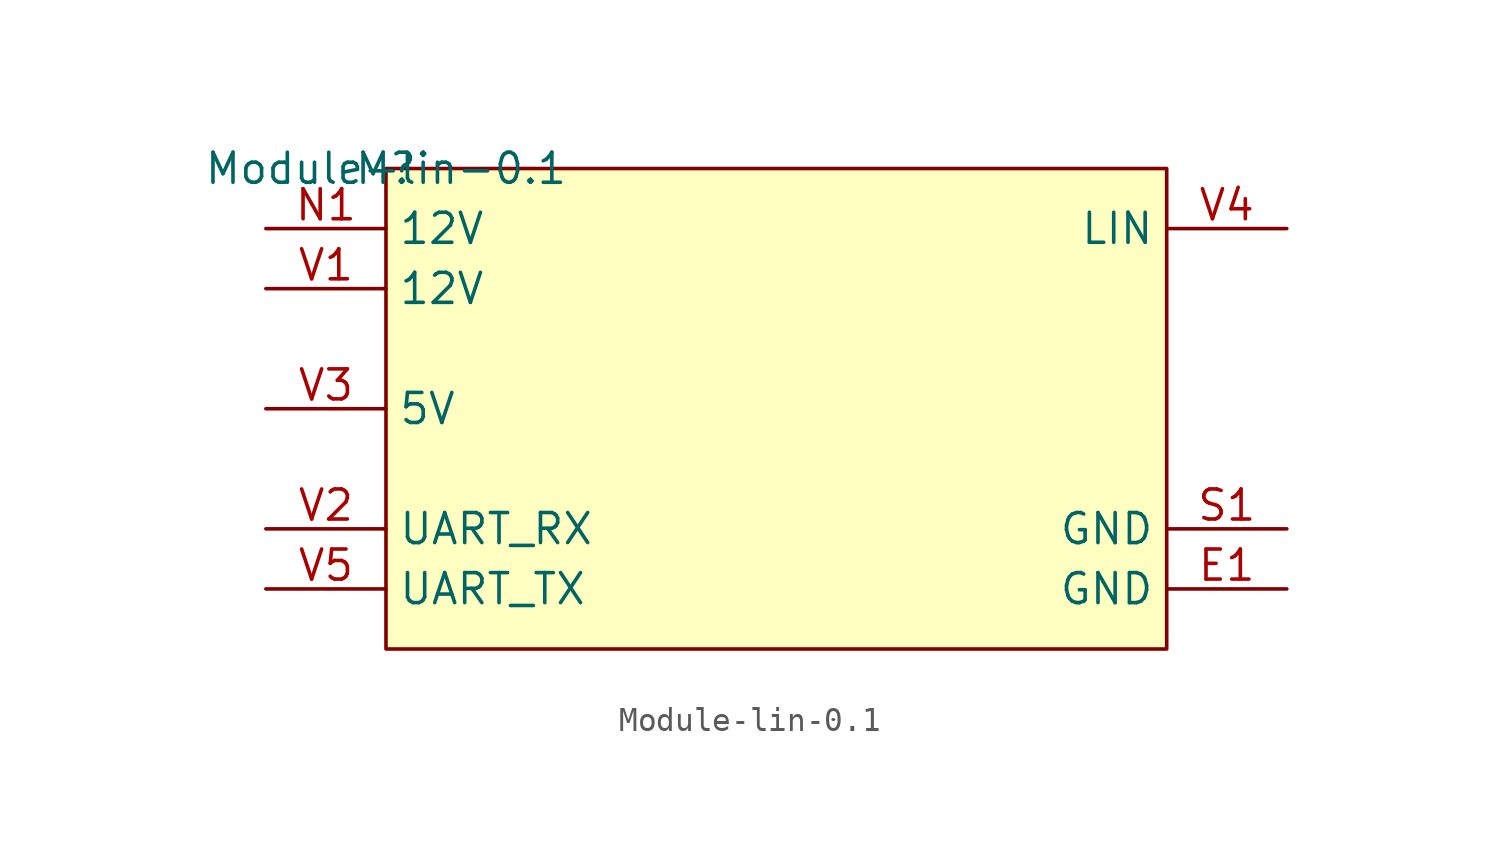
<source format=kicad_sym>
(kicad_symbol_lib
  (version 20201005)
  (generator kicad_symbol_editor)
  (symbol "lin:Module-lin-0.1"
    (property "Reference" "M"
      (at 0 0 0)
      (effects (font (size 1.27 1.27))))
    (property "Value" "Module-lin-0.1"
      (at 0 0 0)
      (effects (font (size 1.27 1.27))))
    (symbol "Module-lin-0.1_1_0"
      (rectangle (start 33.02 0) (end 0 -20.32) (stroke (width 0)) (fill (type background)))
      (pin passive line (at -5.08 -5.08 0) (length 5.08) (name "12V" (effects (font (size 1.27 1.27)))) (number "V1" (effects (font (size 1.27 1.27)))))
      (pin passive line (at -5.08 -15.24 0) (length 5.08) (name "UART_RX" (effects (font (size 1.27 1.27)))) (number "V2" (effects (font (size 1.27 1.27)))))
      (pin passive line (at -5.08 -10.16 0) (length 5.08) (name "5V" (effects (font (size 1.27 1.27)))) (number "V3" (effects (font (size 1.27 1.27)))))
      (pin passive line (at 38.1 -2.54 180) (length 5.08) (name "LIN" (effects (font (size 1.27 1.27)))) (number "V4" (effects (font (size 1.27 1.27)))))
      (pin passive line (at -5.08 -17.78 0) (length 5.08) (name "UART_TX" (effects (font (size 1.27 1.27)))) (number "V5" (effects (font (size 1.27 1.27)))))
      (pin passive line (at 38.1 -15.24 180) (length 5.08) (name "GND" (effects (font (size 1.27 1.27)))) (number "S1" (effects (font (size 1.27 1.27)))))
      (pin passive line (at 38.1 -17.78 180) (length 5.08) (name "GND" (effects (font (size 1.27 1.27)))) (number "E1" (effects (font (size 1.27 1.27)))))
      (pin passive line (at -5.08 -2.54 0) (length 5.08) (name "12V" (effects (font (size 1.27 1.27)))) (number "N1" (effects (font (size 1.27 1.27))))))))
</source>
